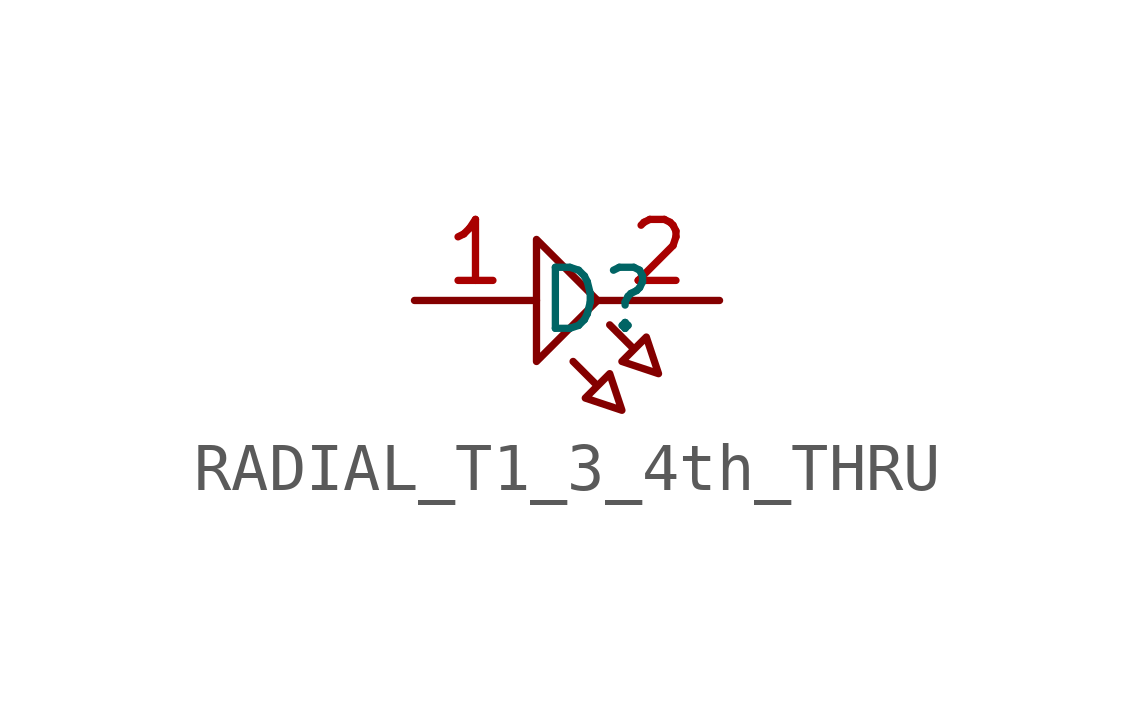
<source format=kicad_sym>
(kicad_symbol_lib
  (version 20241209)
  (generator "kicad_symbol_editor")
  (generator_version "9.0")
  (symbol "RADIAL_T1_3_4th_THRU"
    (property "Reference" "D"
      (at 0 0 0)
      (effects (font (size 1.27 1.27))))
    (property "Value" ""
      (at 0 0 0)
      (effects (font (size 1.27 1.27))))
    (symbol "RADIAL_T1_3_4th_THRU_0_1"
      (polyline (pts (xy -0.508 -1.27) (xy 0 -1.778) (xy 0.254 -1.524) (xy 0.508 -2.286) (xy -0.254 -2.032) (xy 0 -1.778)) (stroke (width 0) (type default)) (fill (type none)))
      (polyline (pts (xy 0 0) (xy -1.27 1.27) (xy -1.27 -1.27) (xy 0 0)) (stroke (width 0) (type default)) (fill (type none)))
      (polyline (pts (xy 0.254 -0.508) (xy 0.762 -1.016) (xy 1.016 -0.762) (xy 1.27 -1.524) (xy 0.508 -1.27) (xy 0.762 -1.016)) (stroke (width 0) (type default)) (fill (type none))))
    (symbol "RADIAL_T1_3_4th_THRU_1_1"
      (pin passive line (at -3.81 0 0) (length 2.54) (name "" (effects (font (size 1.27 1.27)))) (number "1" (effects (font (size 1.27 1.27)))))
      (pin passive line (at 2.54 0 180) (length 2.54) (name "" (effects (font (size 1.27 1.27)))) (number "2" (effects (font (size 1.27 1.27))))))))
</source>
